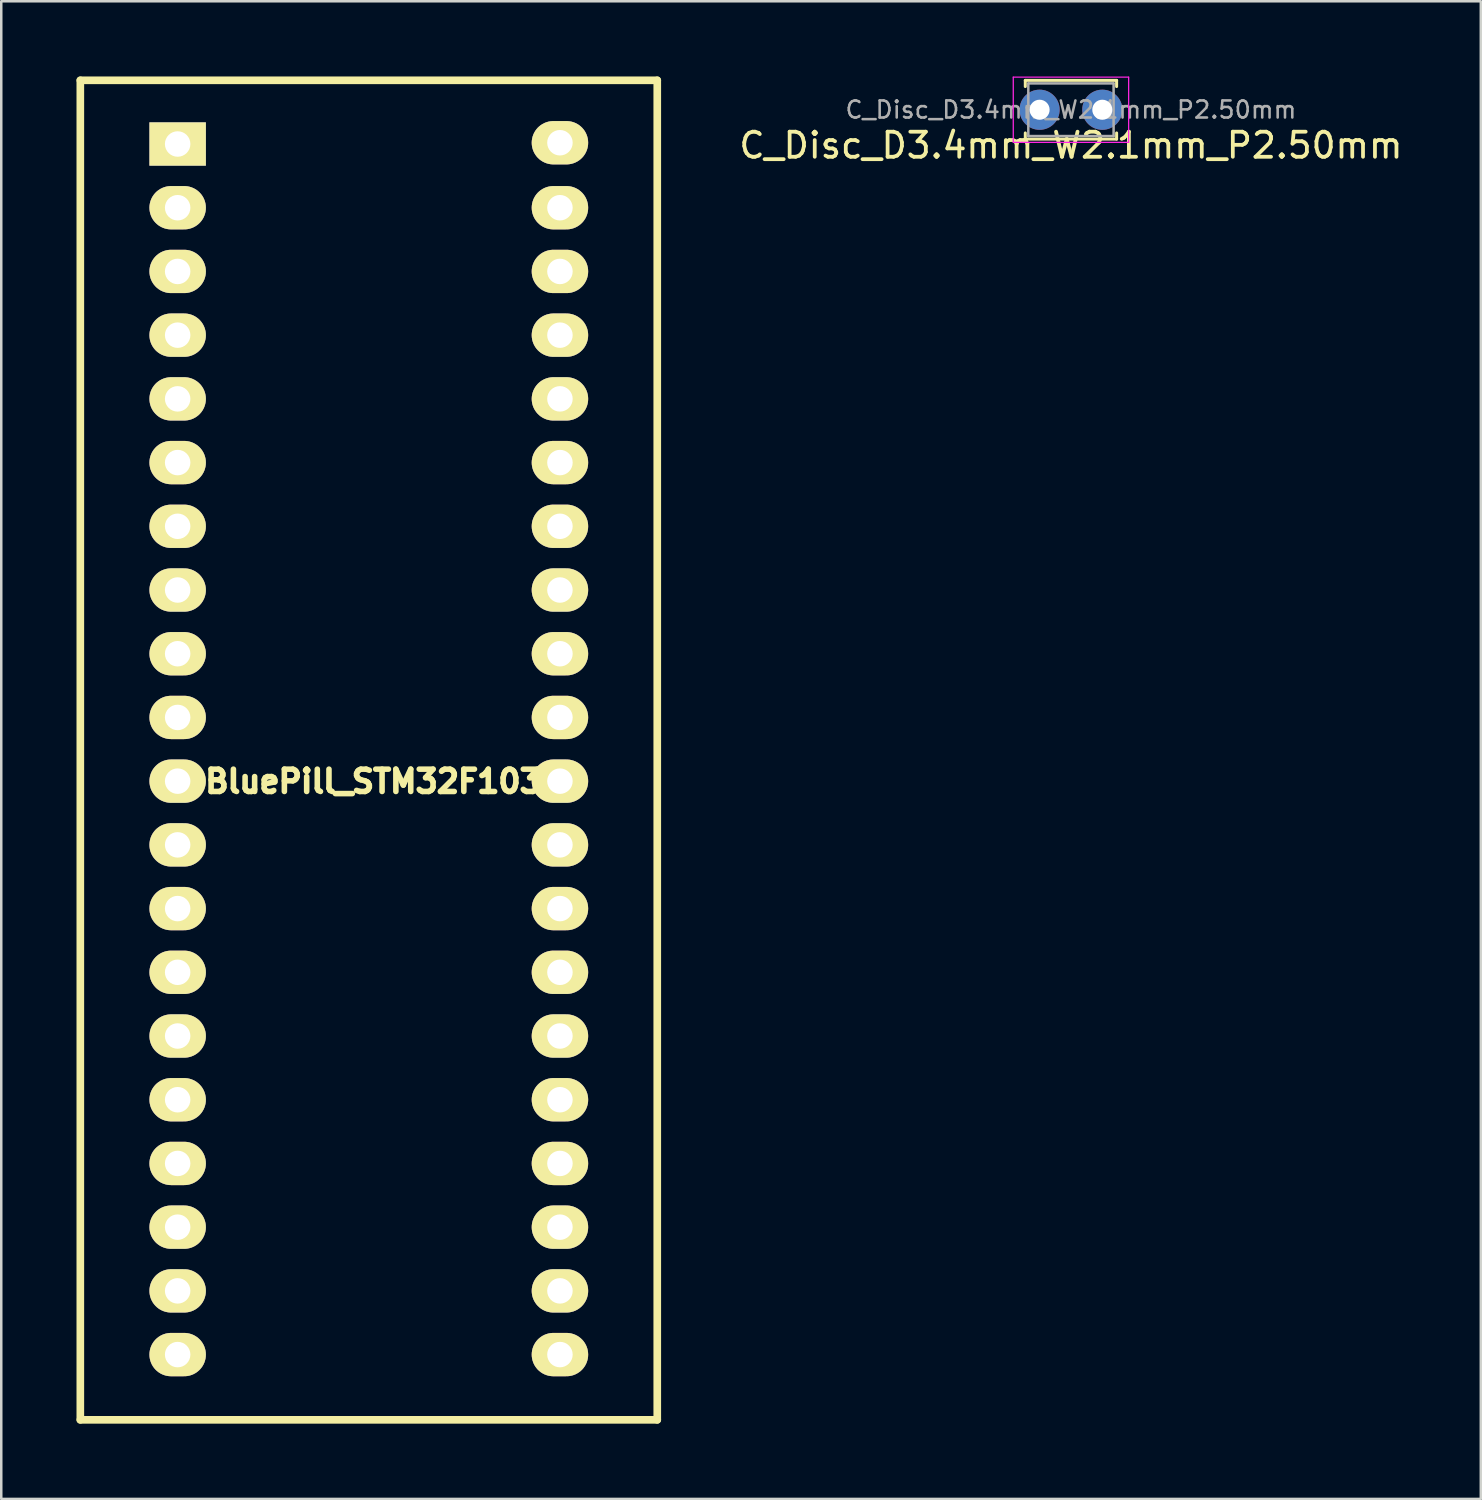
<source format=kicad_pcb>
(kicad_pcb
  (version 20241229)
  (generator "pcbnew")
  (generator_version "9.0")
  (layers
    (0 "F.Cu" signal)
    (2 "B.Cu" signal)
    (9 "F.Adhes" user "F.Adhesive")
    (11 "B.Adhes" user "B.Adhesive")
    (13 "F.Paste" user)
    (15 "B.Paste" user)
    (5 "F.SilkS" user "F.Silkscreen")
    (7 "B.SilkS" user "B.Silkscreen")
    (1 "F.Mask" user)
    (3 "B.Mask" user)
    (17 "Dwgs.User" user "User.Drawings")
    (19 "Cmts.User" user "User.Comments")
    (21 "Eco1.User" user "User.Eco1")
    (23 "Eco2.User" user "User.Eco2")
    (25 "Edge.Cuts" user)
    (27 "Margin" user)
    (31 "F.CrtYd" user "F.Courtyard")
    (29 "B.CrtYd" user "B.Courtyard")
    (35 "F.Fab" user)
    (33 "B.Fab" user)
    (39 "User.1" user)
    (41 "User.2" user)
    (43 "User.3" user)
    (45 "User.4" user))
  (footprint "BluePill_STM32F103C"
    (layer "F.Cu")
    (at 4.032 2.742)
    (property "Reference" "BluePill_STM32F103C" (at 8.255 25.36 0) (layer "F.SilkS") (effects (font (size 0.889 0.889) (thickness 0.305))))
    (attr through_hole)
    (fp_line (start -3.88 -2.59) (end 19.12 -2.59) (stroke (width 0.305) (type solid)) (layer "F.SilkS"))
    (fp_line (start -3.88 50.81) (end -3.88 -2.59) (stroke (width 0.305) (type solid)) (layer "F.SilkS"))
    (fp_line (start 19.12 -2.59) (end 19.12 50.81) (stroke (width 0.305) (type solid)) (layer "F.SilkS"))
    (fp_line (start 19.12 50.81) (end -3.88 50.81) (stroke (width 0.305) (type solid)) (layer "F.SilkS"))
    (pad "1" thru_hole rect (at 0 -0.051 90) (size 1.727 2.25) (drill 1.016) (layers "*.Cu" "*.Mask" "F.SilkS"))
    (pad "2" thru_hole oval (at 0 2.489 90) (size 1.727 2.25) (drill 1.016) (layers "*.Cu" "*.Mask" "F.SilkS"))
    (pad "3" thru_hole oval (at 0 5.029 90) (size 1.727 2.25) (drill 1.016) (layers "*.Cu" "*.Mask" "F.SilkS"))
    (pad "4" thru_hole oval (at 0 7.569 90) (size 1.727 2.25) (drill 1.016) (layers "*.Cu" "*.Mask" "F.SilkS"))
    (pad "5" thru_hole oval (at 0 10.109 90) (size 1.727 2.25) (drill 1.016) (layers "*.Cu" "*.Mask" "F.SilkS"))
    (pad "6" thru_hole oval (at 0 12.649 90) (size 1.727 2.25) (drill 1.016) (layers "*.Cu" "*.Mask" "F.SilkS"))
    (pad "7" thru_hole oval (at 0 15.189 90) (size 1.727 2.25) (drill 1.016) (layers "*.Cu" "*.Mask" "F.SilkS"))
    (pad "8" thru_hole oval (at 0 17.729 90) (size 1.727 2.25) (drill 1.016) (layers "*.Cu" "*.Mask" "F.SilkS"))
    (pad "9" thru_hole oval (at 0 20.269 90) (size 1.727 2.25) (drill 1.016) (layers "*.Cu" "*.Mask" "F.SilkS"))
    (pad "10" thru_hole oval (at 0 22.809 90) (size 1.727 2.25) (drill 1.016) (layers "*.Cu" "*.Mask" "F.SilkS"))
    (pad "11" thru_hole oval (at 0 25.349 90) (size 1.727 2.25) (drill 1.016) (layers "*.Cu" "*.Mask" "F.SilkS"))
    (pad "12" thru_hole oval (at 0 27.889 90) (size 1.727 2.25) (drill 1.016) (layers "*.Cu" "*.Mask" "F.SilkS"))
    (pad "13" thru_hole oval (at 0 30.429 90) (size 1.727 2.25) (drill 1.016) (layers "*.Cu" "*.Mask" "F.SilkS"))
    (pad "14" thru_hole oval (at 0 32.969 90) (size 1.727 2.25) (drill 1.016) (layers "*.Cu" "*.Mask" "F.SilkS"))
    (pad "15" thru_hole oval (at 0 35.509 90) (size 1.727 2.25) (drill 1.016) (layers "*.Cu" "*.Mask" "F.SilkS"))
    (pad "16" thru_hole oval (at 0 38.049 90) (size 1.727 2.25) (drill 1.016) (layers "*.Cu" "*.Mask" "F.SilkS"))
    (pad "17" thru_hole oval (at 0 40.589 90) (size 1.727 2.25) (drill 1.016) (layers "*.Cu" "*.Mask" "F.SilkS"))
    (pad "18" thru_hole oval (at 0 43.129 90) (size 1.727 2.25) (drill 1.016) (layers "*.Cu" "*.Mask" "F.SilkS"))
    (pad "19" thru_hole oval (at 0 45.669 90) (size 1.727 2.25) (drill 1.016) (layers "*.Cu" "*.Mask" "F.SilkS"))
    (pad "20" thru_hole oval (at 0 48.209 90) (size 1.727 2.25) (drill 1.016) (layers "*.Cu" "*.Mask" "F.SilkS"))
    (pad "21" thru_hole oval (at 15.24 48.209 270) (size 1.727 2.25) (drill 1.016) (layers "*.Cu" "*.Mask" "F.SilkS"))
    (pad "22" thru_hole oval (at 15.24 45.669 270) (size 1.727 2.25) (drill 1.016) (layers "*.Cu" "*.Mask" "F.SilkS"))
    (pad "23" thru_hole oval (at 15.24 43.129 270) (size 1.727 2.25) (drill 1.016) (layers "*.Cu" "*.Mask" "F.SilkS"))
    (pad "24" thru_hole oval (at 15.24 40.589 270) (size 1.727 2.25) (drill 1.016) (layers "*.Cu" "*.Mask" "F.SilkS"))
    (pad "25" thru_hole oval (at 15.24 38.049 270) (size 1.727 2.25) (drill 1.016) (layers "*.Cu" "*.Mask" "F.SilkS"))
    (pad "26" thru_hole oval (at 15.24 35.509 270) (size 1.727 2.25) (drill 1.016) (layers "*.Cu" "*.Mask" "F.SilkS"))
    (pad "27" thru_hole oval (at 15.24 32.969 270) (size 1.727 2.25) (drill 1.016) (layers "*.Cu" "*.Mask" "F.SilkS"))
    (pad "28" thru_hole oval (at 15.24 30.429 270) (size 1.727 2.25) (drill 1.016) (layers "*.Cu" "*.Mask" "F.SilkS"))
    (pad "29" thru_hole oval (at 15.24 27.889 270) (size 1.727 2.25) (drill 1.016) (layers "*.Cu" "*.Mask" "F.SilkS"))
    (pad "30" thru_hole oval (at 15.24 25.349 270) (size 1.727 2.25) (drill 1.016) (layers "*.Cu" "*.Mask" "F.SilkS"))
    (pad "31" thru_hole oval (at 15.24 22.809 270) (size 1.727 2.25) (drill 1.016) (layers "*.Cu" "*.Mask" "F.SilkS"))
    (pad "32" thru_hole oval (at 15.24 20.269 270) (size 1.727 2.25) (drill 1.016) (layers "*.Cu" "*.Mask" "F.SilkS"))
    (pad "33" thru_hole oval (at 15.24 17.729 270) (size 1.727 2.25) (drill 1.016) (layers "*.Cu" "*.Mask" "F.SilkS"))
    (pad "34" thru_hole oval (at 15.24 15.189 270) (size 1.727 2.25) (drill 1.016) (layers "*.Cu" "*.Mask" "F.SilkS"))
    (pad "35" thru_hole oval (at 15.24 12.649 270) (size 1.727 2.25) (drill 1.016) (layers "*.Cu" "*.Mask" "F.SilkS"))
    (pad "36" thru_hole oval (at 15.24 10.109 270) (size 1.727 2.25) (drill 1.016) (layers "*.Cu" "*.Mask" "F.SilkS"))
    (pad "37" thru_hole oval (at 15.24 7.569 270) (size 1.727 2.25) (drill 1.016) (layers "*.Cu" "*.Mask" "F.SilkS"))
    (pad "38" thru_hole oval (at 15.24 5.029 270) (size 1.727 2.25) (drill 1.016) (layers "*.Cu" "*.Mask" "F.SilkS"))
    (pad "39" thru_hole oval (at 15.24 2.489 270) (size 1.727 2.25) (drill 1.016) (layers "*.Cu" "*.Mask" "F.SilkS"))
    (pad "40" thru_hole oval (at 15.24 -0.102 270) (size 1.727 2.25) (drill 1.016) (layers "*.Cu" "*.Mask" "F.SilkS")))
  (footprint "C_Disc_D3.4mm_W2.1mm_P2.50mm"
    (layer "F.Cu")
    (at 38.394 1.325)
    (property "Reference" "C_Disc_D3.4mm_W2.1mm_P2.50mm" (at 1.25 1.42 0) (unlocked yes) (layer "F.SilkS") (effects (font (size 1 1) (thickness 0.15))))
    (attr through_hole)
    (fp_line (start -0.57 -1.17) (end -0.57 -0.925) (stroke (width 0.12) (type solid)) (layer "F.SilkS"))
    (fp_line (start -0.57 -1.17) (end 3.07 -1.17) (stroke (width 0.12) (type solid)) (layer "F.SilkS"))
    (fp_line (start -0.57 0.925) (end -0.57 1.17) (stroke (width 0.12) (type solid)) (layer "F.SilkS"))
    (fp_line (start -0.57 1.17) (end 3.07 1.17) (stroke (width 0.12) (type solid)) (layer "F.SilkS"))
    (fp_line (start 3.07 -1.17) (end 3.07 -0.925) (stroke (width 0.12) (type solid)) (layer "F.SilkS"))
    (fp_line (start 3.07 0.925) (end 3.07 1.17) (stroke (width 0.12) (type solid)) (layer "F.SilkS"))
    (fp_line (start -1.05 -1.3) (end -1.05 1.3) (stroke (width 0.05) (type solid)) (layer "F.CrtYd"))
    (fp_line (start -1.05 1.3) (end 3.55 1.3) (stroke (width 0.05) (type solid)) (layer "F.CrtYd"))
    (fp_line (start 3.55 -1.3) (end -1.05 -1.3) (stroke (width 0.05) (type solid)) (layer "F.CrtYd"))
    (fp_line (start 3.55 1.3) (end 3.55 -1.3) (stroke (width 0.05) (type solid)) (layer "F.CrtYd"))
    (fp_line (start -0.45 -1.05) (end -0.45 1.05) (stroke (width 0.1) (type solid)) (layer "F.Fab"))
    (fp_line (start -0.45 1.05) (end 2.95 1.05) (stroke (width 0.1) (type solid)) (layer "F.Fab"))
    (fp_line (start 2.95 -1.05) (end -0.45 -1.05) (stroke (width 0.1) (type solid)) (layer "F.Fab"))
    (fp_line (start 2.95 1.05) (end 2.95 -1.05) (stroke (width 0.1) (type solid)) (layer "F.Fab"))
    (fp_text user "${REFERENCE}" (at 1.25 0 0) (layer "F.Fab") (effects (font (size 0.68 0.68) (thickness 0.102))))
    (pad "1" thru_hole circle (at 0 0) (size 1.6 1.6) (drill 0.8) (layers "*.Cu" "*.Mask"))
    (pad "2" thru_hole circle (at 2.5 0) (size 1.6 1.6) (drill 0.8) (layers "*.Cu" "*.Mask")))
  (gr_rect
    (start -3 -3)
    (end 55.983 56.705)
    (stroke (width 0.1) (type default))
    (fill no)
    (layer "Edge.Cuts")))
</source>
